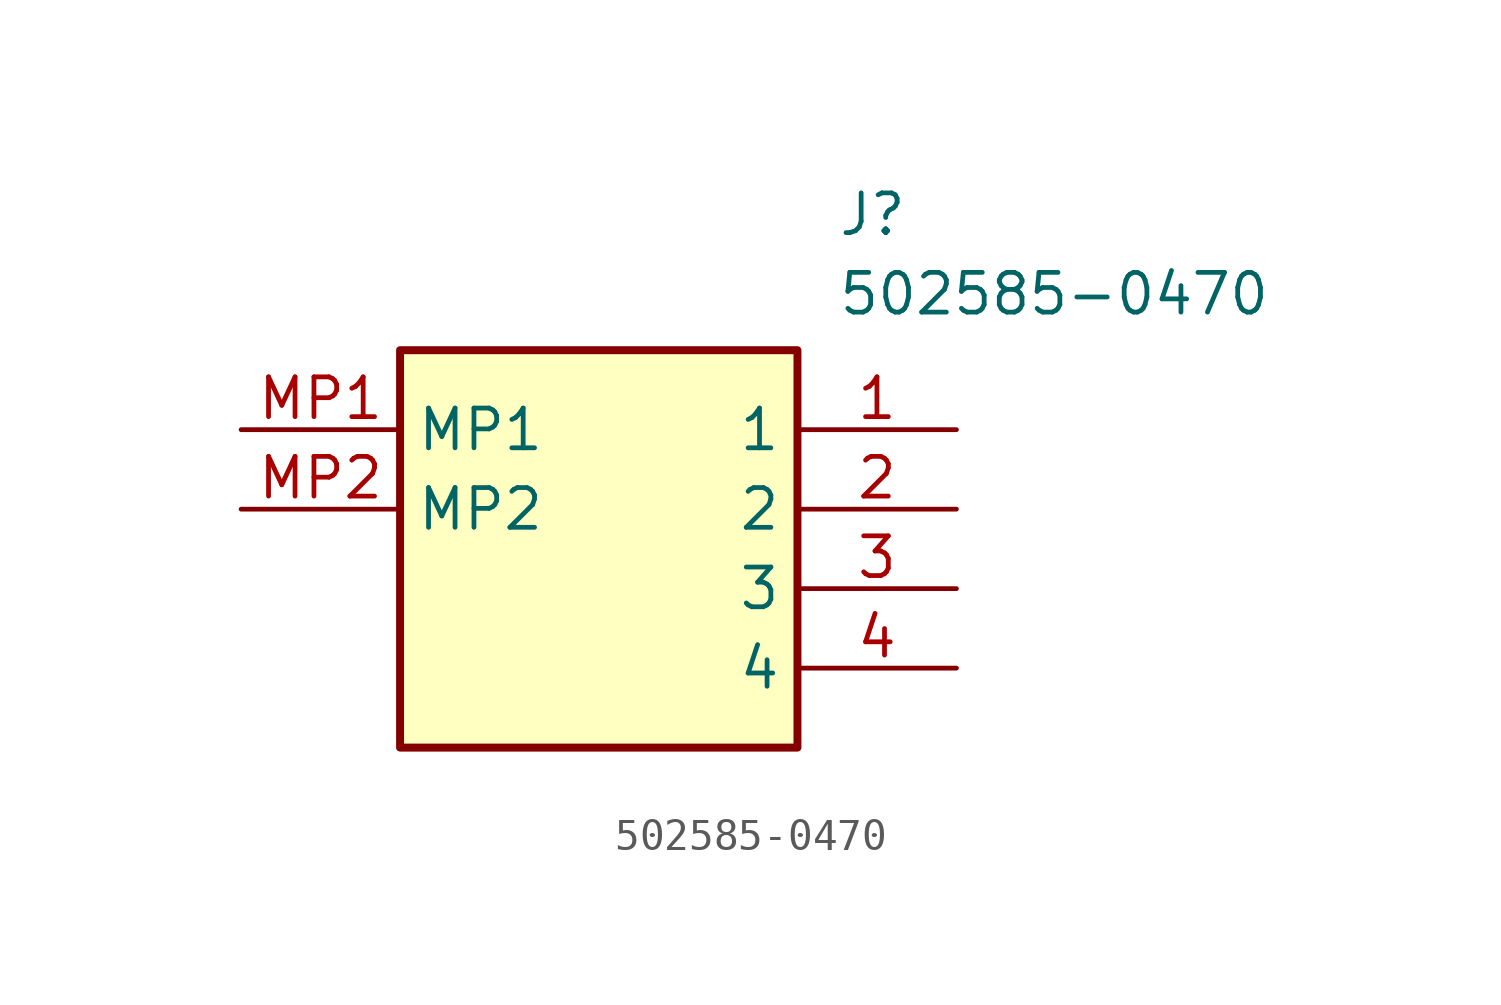
<source format=kicad_sym>
(kicad_symbol_lib
  (version 20211014)
  (generator SamacSys_ECAD_Model)
  (symbol "502585-0470"
    (property "Reference" "J"
      (at 19.05 7.62 0)
      (effects (font (size 1.27 1.27)) (justify left top)))
    (property "Value" "502585-0470"
      (at 19.05 5.08 0)
      (effects (font (size 1.27 1.27)) (justify left top)))
    (rectangle
      (start 5.08 2.54)
      (end 17.78 -10.16)
      (stroke (width 0.254) (type default))
      (fill (type background)))
    (pin passive line
      (at 22.86 0 180)
      (length 5.08)
      (name "1" (effects (font (size 1.27 1.27))))
      (number "1" (effects (font (size 1.27 1.27)))))
    (pin passive line
      (at 22.86 -2.54 180)
      (length 5.08)
      (name "2" (effects (font (size 1.27 1.27))))
      (number "2" (effects (font (size 1.27 1.27)))))
    (pin passive line
      (at 22.86 -5.08 180)
      (length 5.08)
      (name "3" (effects (font (size 1.27 1.27))))
      (number "3" (effects (font (size 1.27 1.27)))))
    (pin passive line
      (at 22.86 -7.62 180)
      (length 5.08)
      (name "4" (effects (font (size 1.27 1.27))))
      (number "4" (effects (font (size 1.27 1.27)))))
    (pin passive line
      (at 0 0 0)
      (length 5.08)
      (name "MP1" (effects (font (size 1.27 1.27))))
      (number "MP1" (effects (font (size 1.27 1.27)))))
    (pin passive line
      (at 0 -2.54 0)
      (length 5.08)
      (name "MP2" (effects (font (size 1.27 1.27))))
      (number "MP2" (effects (font (size 1.27 1.27)))))))
</source>
